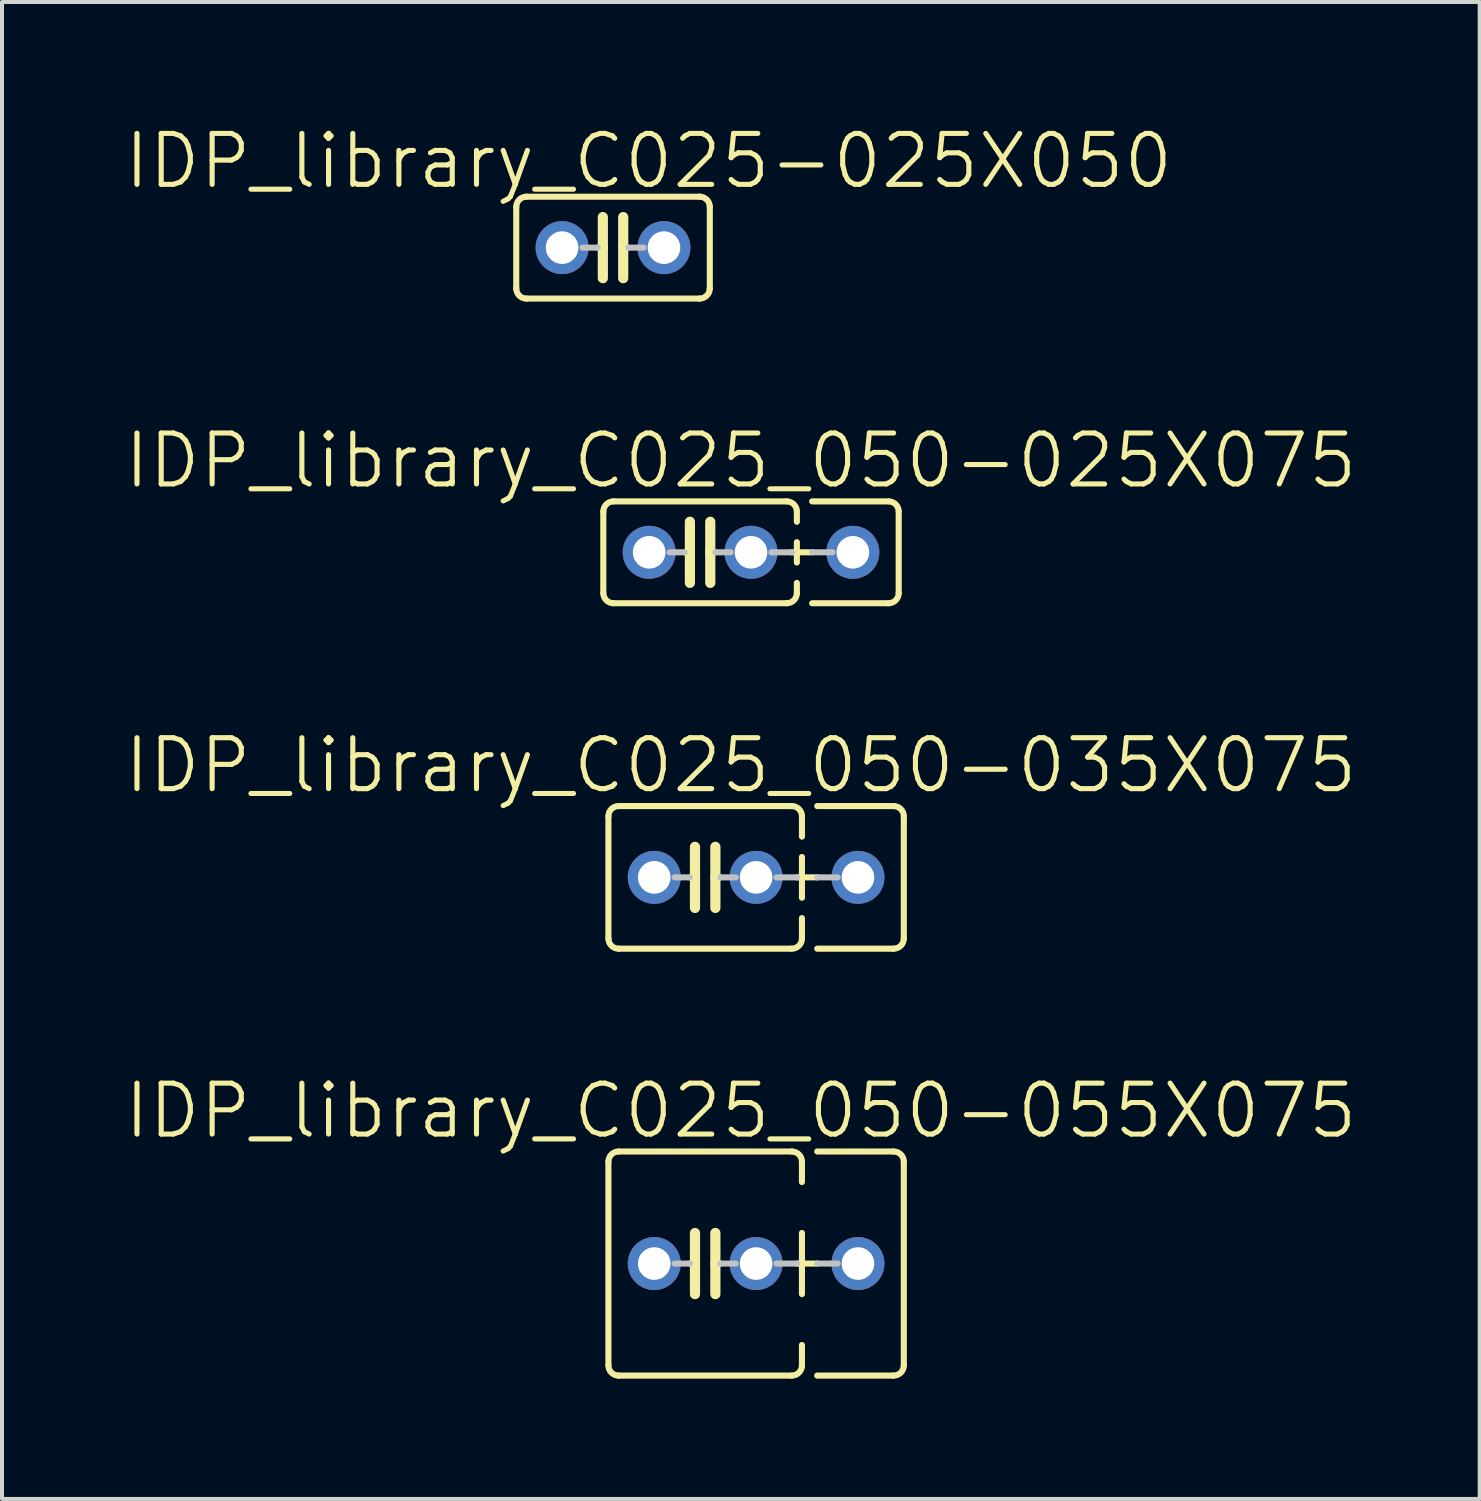
<source format=kicad_pcb>
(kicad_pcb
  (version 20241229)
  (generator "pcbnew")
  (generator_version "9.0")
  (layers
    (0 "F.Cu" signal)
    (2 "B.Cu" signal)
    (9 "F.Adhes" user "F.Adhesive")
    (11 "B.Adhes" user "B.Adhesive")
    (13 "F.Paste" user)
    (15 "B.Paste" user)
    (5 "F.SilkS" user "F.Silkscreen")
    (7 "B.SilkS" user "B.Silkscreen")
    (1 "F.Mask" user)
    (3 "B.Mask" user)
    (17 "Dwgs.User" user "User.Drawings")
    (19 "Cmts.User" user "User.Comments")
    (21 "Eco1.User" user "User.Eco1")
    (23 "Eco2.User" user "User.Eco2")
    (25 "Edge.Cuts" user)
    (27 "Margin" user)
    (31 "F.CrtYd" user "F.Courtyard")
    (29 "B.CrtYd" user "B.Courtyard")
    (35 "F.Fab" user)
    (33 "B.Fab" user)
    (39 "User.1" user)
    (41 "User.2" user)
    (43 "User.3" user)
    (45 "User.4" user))
  (footprint "IDP_library_C025-025X050"
    (layer "F.Cu")
    (at 12.237 3.125)
    (property "Reference" "IDP_library_C025-025X050" (at 0.889 -2.159 0) (layer "F.SilkS") (effects (font (size 1.27 1.27) (thickness 0.127))))
    (attr exclude_from_pos_files exclude_from_bom)
    (fp_line (start -2.413 -1.016) (end -2.413 1.016) (stroke (width 0.152) (type solid)) (layer "F.SilkS"))
    (fp_line (start -2.159 -1.27) (end 2.159 -1.27) (stroke (width 0.152) (type solid)) (layer "F.SilkS"))
    (fp_line (start -0.254 -0.762) (end -0.254 0) (stroke (width 0.254) (type solid)) (layer "F.SilkS"))
    (fp_line (start -0.254 0) (end -0.381 0) (stroke (width 0.152) (type solid)) (layer "F.SilkS"))
    (fp_line (start -0.254 0) (end -0.254 0.762) (stroke (width 0.254) (type solid)) (layer "F.SilkS"))
    (fp_line (start 0.254 0) (end 0.254 -0.762) (stroke (width 0.254) (type solid)) (layer "F.SilkS"))
    (fp_line (start 0.254 0) (end 0.254 0.762) (stroke (width 0.254) (type solid)) (layer "F.SilkS"))
    (fp_line (start 0.381 0) (end 0.254 0) (stroke (width 0.152) (type solid)) (layer "F.SilkS"))
    (fp_line (start 2.159 1.27) (end -2.159 1.27) (stroke (width 0.152) (type solid)) (layer "F.SilkS"))
    (fp_line (start 2.413 -1.016) (end 2.413 1.016) (stroke (width 0.152) (type solid)) (layer "F.SilkS"))
    (fp_arc (start -2.413 -1.016) (mid -2.338605 -1.195605) (end -2.159 -1.27) (stroke (width 0.1524) (type solid)) (layer "F.SilkS"))
    (fp_arc (start -2.159 1.27) (mid -2.338605 1.195605) (end -2.413 1.016) (stroke (width 0.1524) (type solid)) (layer "F.SilkS"))
    (fp_arc (start 2.159 -1.27) (mid 2.338605 -1.195605) (end 2.413 -1.016) (stroke (width 0.1524) (type solid)) (layer "F.SilkS"))
    (fp_arc (start 2.413 1.016) (mid 2.338605 1.195605) (end 2.159 1.27) (stroke (width 0.1524) (type solid)) (layer "F.SilkS"))
    (fp_line (start -0.381 0) (end -0.762 0) (stroke (width 0.152) (type solid)) (layer "Dwgs.User"))
    (fp_line (start 0.762 0) (end 0.381 0) (stroke (width 0.152) (type solid)) (layer "Dwgs.User"))
    (pad "1" thru_hole circle (at -1.27 0) (size 1.321 1.321) (drill 0.813) (layers "*.Cu" "*.Paste" "*.Mask"))
    (pad "2" thru_hole circle (at 1.27 0) (size 1.321 1.321) (drill 0.813) (layers "*.Cu" "*.Paste" "*.Mask")))
  (footprint "IDP_library_C025_050-055X075"
    (layer "F.Cu")
    (at 14.535 28.459)
    (property "Reference" "IDP_library_C025_050-055X075" (at 0.889 -3.81 0) (layer "F.SilkS") (effects (font (size 1.27 1.27) (thickness 0.127))))
    (attr exclude_from_pos_files exclude_from_bom)
    (fp_line (start -2.413 -2.54) (end -2.413 2.54) (stroke (width 0.152) (type solid)) (layer "F.SilkS"))
    (fp_line (start -2.159 -2.794) (end 2.159 -2.794) (stroke (width 0.152) (type solid)) (layer "F.SilkS"))
    (fp_line (start -0.254 -0.762) (end -0.254 0) (stroke (width 0.254) (type solid)) (layer "F.SilkS"))
    (fp_line (start -0.254 0) (end -0.381 0) (stroke (width 0.152) (type solid)) (layer "F.SilkS"))
    (fp_line (start -0.254 0) (end -0.254 0.762) (stroke (width 0.254) (type solid)) (layer "F.SilkS"))
    (fp_line (start 0.254 0) (end 0.254 -0.762) (stroke (width 0.254) (type solid)) (layer "F.SilkS"))
    (fp_line (start 0.254 0) (end 0.254 0.762) (stroke (width 0.254) (type solid)) (layer "F.SilkS"))
    (fp_line (start 0.381 0) (end 0.254 0) (stroke (width 0.152) (type solid)) (layer "F.SilkS"))
    (fp_line (start 2.159 2.794) (end -2.159 2.794) (stroke (width 0.152) (type solid)) (layer "F.SilkS"))
    (fp_line (start 2.286 0) (end 2.794 0) (stroke (width 0.152) (type solid)) (layer "F.SilkS"))
    (fp_line (start 2.413 -2.54) (end 2.413 -2.032) (stroke (width 0.152) (type solid)) (layer "F.SilkS"))
    (fp_line (start 2.413 -0.762) (end 2.413 0.762) (stroke (width 0.152) (type solid)) (layer "F.SilkS"))
    (fp_line (start 2.413 2.032) (end 2.413 2.54) (stroke (width 0.152) (type solid)) (layer "F.SilkS"))
    (fp_line (start 2.794 -2.794) (end 4.699 -2.794) (stroke (width 0.152) (type solid)) (layer "F.SilkS"))
    (fp_line (start 4.699 2.794) (end 2.794 2.794) (stroke (width 0.152) (type solid)) (layer "F.SilkS"))
    (fp_line (start 4.953 -2.54) (end 4.953 2.54) (stroke (width 0.152) (type solid)) (layer "F.SilkS"))
    (fp_arc (start -2.413 -2.54) (mid -2.338605 -2.719605) (end -2.159 -2.794) (stroke (width 0.1524) (type solid)) (layer "F.SilkS"))
    (fp_arc (start -2.159 2.794) (mid -2.338605 2.719605) (end -2.413 2.54) (stroke (width 0.1524) (type solid)) (layer "F.SilkS"))
    (fp_arc (start 2.159 -2.794) (mid 2.338605 -2.719605) (end 2.413 -2.54) (stroke (width 0.1524) (type solid)) (layer "F.SilkS"))
    (fp_arc (start 2.413 2.54) (mid 2.338605 2.719605) (end 2.159 2.794) (stroke (width 0.1524) (type solid)) (layer "F.SilkS"))
    (fp_arc (start 4.699 -2.794) (mid 4.878605 -2.719605) (end 4.953 -2.54) (stroke (width 0.1524) (type solid)) (layer "F.SilkS"))
    (fp_arc (start 4.953 2.54) (mid 4.878605 2.719605) (end 4.699 2.794) (stroke (width 0.1524) (type solid)) (layer "F.SilkS"))
    (fp_line (start -0.381 0) (end -0.762 0) (stroke (width 0.152) (type solid)) (layer "Dwgs.User"))
    (fp_line (start 0.381 0) (end 0.762 0) (stroke (width 0.152) (type solid)) (layer "Dwgs.User"))
    (fp_line (start 1.778 0) (end 2.286 0) (stroke (width 0.152) (type solid)) (layer "Dwgs.User"))
    (fp_line (start 2.794 0) (end 3.302 0) (stroke (width 0.152) (type solid)) (layer "Dwgs.User"))
    (pad "1" thru_hole circle (at -1.27 0) (size 1.321 1.321) (drill 0.813) (layers "*.Cu" "*.Paste" "*.Mask"))
    (pad "2" thru_hole circle (at 1.27 0) (size 1.321 1.321) (drill 0.813) (layers "*.Cu" "*.Paste" "*.Mask"))
    (pad "3" thru_hole circle (at 3.81 0) (size 1.321 1.321) (drill 0.813) (layers "*.Cu" "*.Paste" "*.Mask")))
  (footprint "IDP_library_C025_050-025X075"
    (layer "F.Cu")
    (at 14.408 10.723)
    (property "Reference" "IDP_library_C025_050-025X075" (at 1.016 -2.286 0) (layer "F.SilkS") (effects (font (size 1.27 1.27) (thickness 0.127))))
    (attr exclude_from_pos_files exclude_from_bom)
    (fp_line (start -2.413 -1.016) (end -2.413 1.016) (stroke (width 0.152) (type solid)) (layer "F.SilkS"))
    (fp_line (start -2.159 -1.27) (end 2.159 -1.27) (stroke (width 0.152) (type solid)) (layer "F.SilkS"))
    (fp_line (start -0.254 -0.762) (end -0.254 0) (stroke (width 0.254) (type solid)) (layer "F.SilkS"))
    (fp_line (start -0.254 0) (end -0.381 0) (stroke (width 0.152) (type solid)) (layer "F.SilkS"))
    (fp_line (start -0.254 0) (end -0.254 0.762) (stroke (width 0.254) (type solid)) (layer "F.SilkS"))
    (fp_line (start 0.254 0) (end 0.254 -0.762) (stroke (width 0.254) (type solid)) (layer "F.SilkS"))
    (fp_line (start 0.254 0) (end 0.254 0.762) (stroke (width 0.254) (type solid)) (layer "F.SilkS"))
    (fp_line (start 0.381 0) (end 0.254 0) (stroke (width 0.152) (type solid)) (layer "F.SilkS"))
    (fp_line (start 2.159 1.27) (end -2.159 1.27) (stroke (width 0.152) (type solid)) (layer "F.SilkS"))
    (fp_line (start 2.286 0) (end 2.794 0) (stroke (width 0.152) (type solid)) (layer "F.SilkS"))
    (fp_line (start 2.413 -1.016) (end 2.413 -0.762) (stroke (width 0.152) (type solid)) (layer "F.SilkS"))
    (fp_line (start 2.413 -0.254) (end 2.413 0.254) (stroke (width 0.152) (type solid)) (layer "F.SilkS"))
    (fp_line (start 2.413 0.762) (end 2.413 1.016) (stroke (width 0.152) (type solid)) (layer "F.SilkS"))
    (fp_line (start 2.794 -1.27) (end 4.699 -1.27) (stroke (width 0.152) (type solid)) (layer "F.SilkS"))
    (fp_line (start 4.699 1.27) (end 2.794 1.27) (stroke (width 0.152) (type solid)) (layer "F.SilkS"))
    (fp_line (start 4.953 -1.016) (end 4.953 1.016) (stroke (width 0.152) (type solid)) (layer "F.SilkS"))
    (fp_arc (start -2.413 -1.016) (mid -2.338605 -1.195605) (end -2.159 -1.27) (stroke (width 0.1524) (type solid)) (layer "F.SilkS"))
    (fp_arc (start -2.159 1.27) (mid -2.338605 1.195605) (end -2.413 1.016) (stroke (width 0.1524) (type solid)) (layer "F.SilkS"))
    (fp_arc (start 2.159 -1.27) (mid 2.338605 -1.195605) (end 2.413 -1.016) (stroke (width 0.1524) (type solid)) (layer "F.SilkS"))
    (fp_arc (start 2.413 1.016) (mid 2.338605 1.195605) (end 2.159 1.27) (stroke (width 0.1524) (type solid)) (layer "F.SilkS"))
    (fp_arc (start 4.699 -1.27) (mid 4.878605 -1.195605) (end 4.953 -1.016) (stroke (width 0.1524) (type solid)) (layer "F.SilkS"))
    (fp_arc (start 4.953 1.016) (mid 4.878605 1.195605) (end 4.699 1.27) (stroke (width 0.1524) (type solid)) (layer "F.SilkS"))
    (fp_line (start -0.381 0) (end -0.762 0) (stroke (width 0.152) (type solid)) (layer "Dwgs.User"))
    (fp_line (start 0.762 0) (end 0.381 0) (stroke (width 0.152) (type solid)) (layer "Dwgs.User"))
    (fp_line (start 1.778 0) (end 2.286 0) (stroke (width 0.152) (type solid)) (layer "Dwgs.User"))
    (fp_line (start 2.794 0) (end 3.302 0) (stroke (width 0.152) (type solid)) (layer "Dwgs.User"))
    (pad "1" thru_hole circle (at -1.27 0) (size 1.321 1.321) (drill 0.813) (layers "*.Cu" "*.Paste" "*.Mask"))
    (pad "2" thru_hole circle (at 1.27 0) (size 1.321 1.321) (drill 0.813) (layers "*.Cu" "*.Paste" "*.Mask"))
    (pad "3" thru_hole circle (at 3.81 0) (size 1.321 1.321) (drill 0.813) (layers "*.Cu" "*.Paste" "*.Mask")))
  (footprint "IDP_library_C025_050-035X075"
    (layer "F.Cu")
    (at 14.535 18.829)
    (property "Reference" "IDP_library_C025_050-035X075" (at 0.889 -2.794 0) (layer "F.SilkS") (effects (font (size 1.27 1.27) (thickness 0.127))))
    (attr exclude_from_pos_files exclude_from_bom)
    (fp_line (start -2.413 -1.524) (end -2.413 1.524) (stroke (width 0.152) (type solid)) (layer "F.SilkS"))
    (fp_line (start -2.159 -1.778) (end 2.159 -1.778) (stroke (width 0.152) (type solid)) (layer "F.SilkS"))
    (fp_line (start -0.254 -0.762) (end -0.254 0) (stroke (width 0.254) (type solid)) (layer "F.SilkS"))
    (fp_line (start -0.254 0) (end -0.381 0) (stroke (width 0.152) (type solid)) (layer "F.SilkS"))
    (fp_line (start -0.254 0) (end -0.254 0.762) (stroke (width 0.254) (type solid)) (layer "F.SilkS"))
    (fp_line (start 0.254 0) (end 0.254 -0.762) (stroke (width 0.254) (type solid)) (layer "F.SilkS"))
    (fp_line (start 0.254 0) (end 0.254 0.762) (stroke (width 0.254) (type solid)) (layer "F.SilkS"))
    (fp_line (start 0.381 0) (end 0.254 0) (stroke (width 0.152) (type solid)) (layer "F.SilkS"))
    (fp_line (start 2.159 1.778) (end -2.159 1.778) (stroke (width 0.152) (type solid)) (layer "F.SilkS"))
    (fp_line (start 2.286 0) (end 2.794 0) (stroke (width 0.152) (type solid)) (layer "F.SilkS"))
    (fp_line (start 2.413 -1.524) (end 2.413 -1.016) (stroke (width 0.152) (type solid)) (layer "F.SilkS"))
    (fp_line (start 2.413 -0.508) (end 2.413 0.508) (stroke (width 0.152) (type solid)) (layer "F.SilkS"))
    (fp_line (start 2.413 1.016) (end 2.413 1.524) (stroke (width 0.152) (type solid)) (layer "F.SilkS"))
    (fp_line (start 2.794 -1.778) (end 4.699 -1.778) (stroke (width 0.152) (type solid)) (layer "F.SilkS"))
    (fp_line (start 4.699 1.778) (end 2.794 1.778) (stroke (width 0.152) (type solid)) (layer "F.SilkS"))
    (fp_line (start 4.953 -1.524) (end 4.953 1.524) (stroke (width 0.152) (type solid)) (layer "F.SilkS"))
    (fp_arc (start -2.413 -1.524) (mid -2.338605 -1.703605) (end -2.159 -1.778) (stroke (width 0.1524) (type solid)) (layer "F.SilkS"))
    (fp_arc (start -2.159 1.778) (mid -2.338605 1.703605) (end -2.413 1.524) (stroke (width 0.1524) (type solid)) (layer "F.SilkS"))
    (fp_arc (start 2.159 -1.778) (mid 2.338605 -1.703605) (end 2.413 -1.524) (stroke (width 0.1524) (type solid)) (layer "F.SilkS"))
    (fp_arc (start 2.413 1.524) (mid 2.338605 1.703605) (end 2.159 1.778) (stroke (width 0.1524) (type solid)) (layer "F.SilkS"))
    (fp_arc (start 4.699 -1.778) (mid 4.878605 -1.703605) (end 4.953 -1.524) (stroke (width 0.1524) (type solid)) (layer "F.SilkS"))
    (fp_arc (start 4.953 1.524) (mid 4.878605 1.703605) (end 4.699 1.778) (stroke (width 0.1524) (type solid)) (layer "F.SilkS"))
    (fp_line (start -0.381 0) (end -0.762 0) (stroke (width 0.152) (type solid)) (layer "Dwgs.User"))
    (fp_line (start 0.381 0) (end 0.762 0) (stroke (width 0.152) (type solid)) (layer "Dwgs.User"))
    (fp_line (start 2.286 0) (end 1.778 0) (stroke (width 0.152) (type solid)) (layer "Dwgs.User"))
    (fp_line (start 2.794 0) (end 3.302 0) (stroke (width 0.152) (type solid)) (layer "Dwgs.User"))
    (pad "1" thru_hole circle (at -1.27 0) (size 1.321 1.321) (drill 0.813) (layers "*.Cu" "*.Paste" "*.Mask"))
    (pad "2" thru_hole circle (at 1.27 0) (size 1.321 1.321) (drill 0.813) (layers "*.Cu" "*.Paste" "*.Mask"))
    (pad "3" thru_hole circle (at 3.81 0) (size 1.321 1.321) (drill 0.813) (layers "*.Cu" "*.Paste" "*.Mask")))
  (gr_rect
    (start -3 -3)
    (end 33.849 34.329)
    (stroke (width 0.1) (type default))
    (fill no)
    (layer "Edge.Cuts")))
</source>
